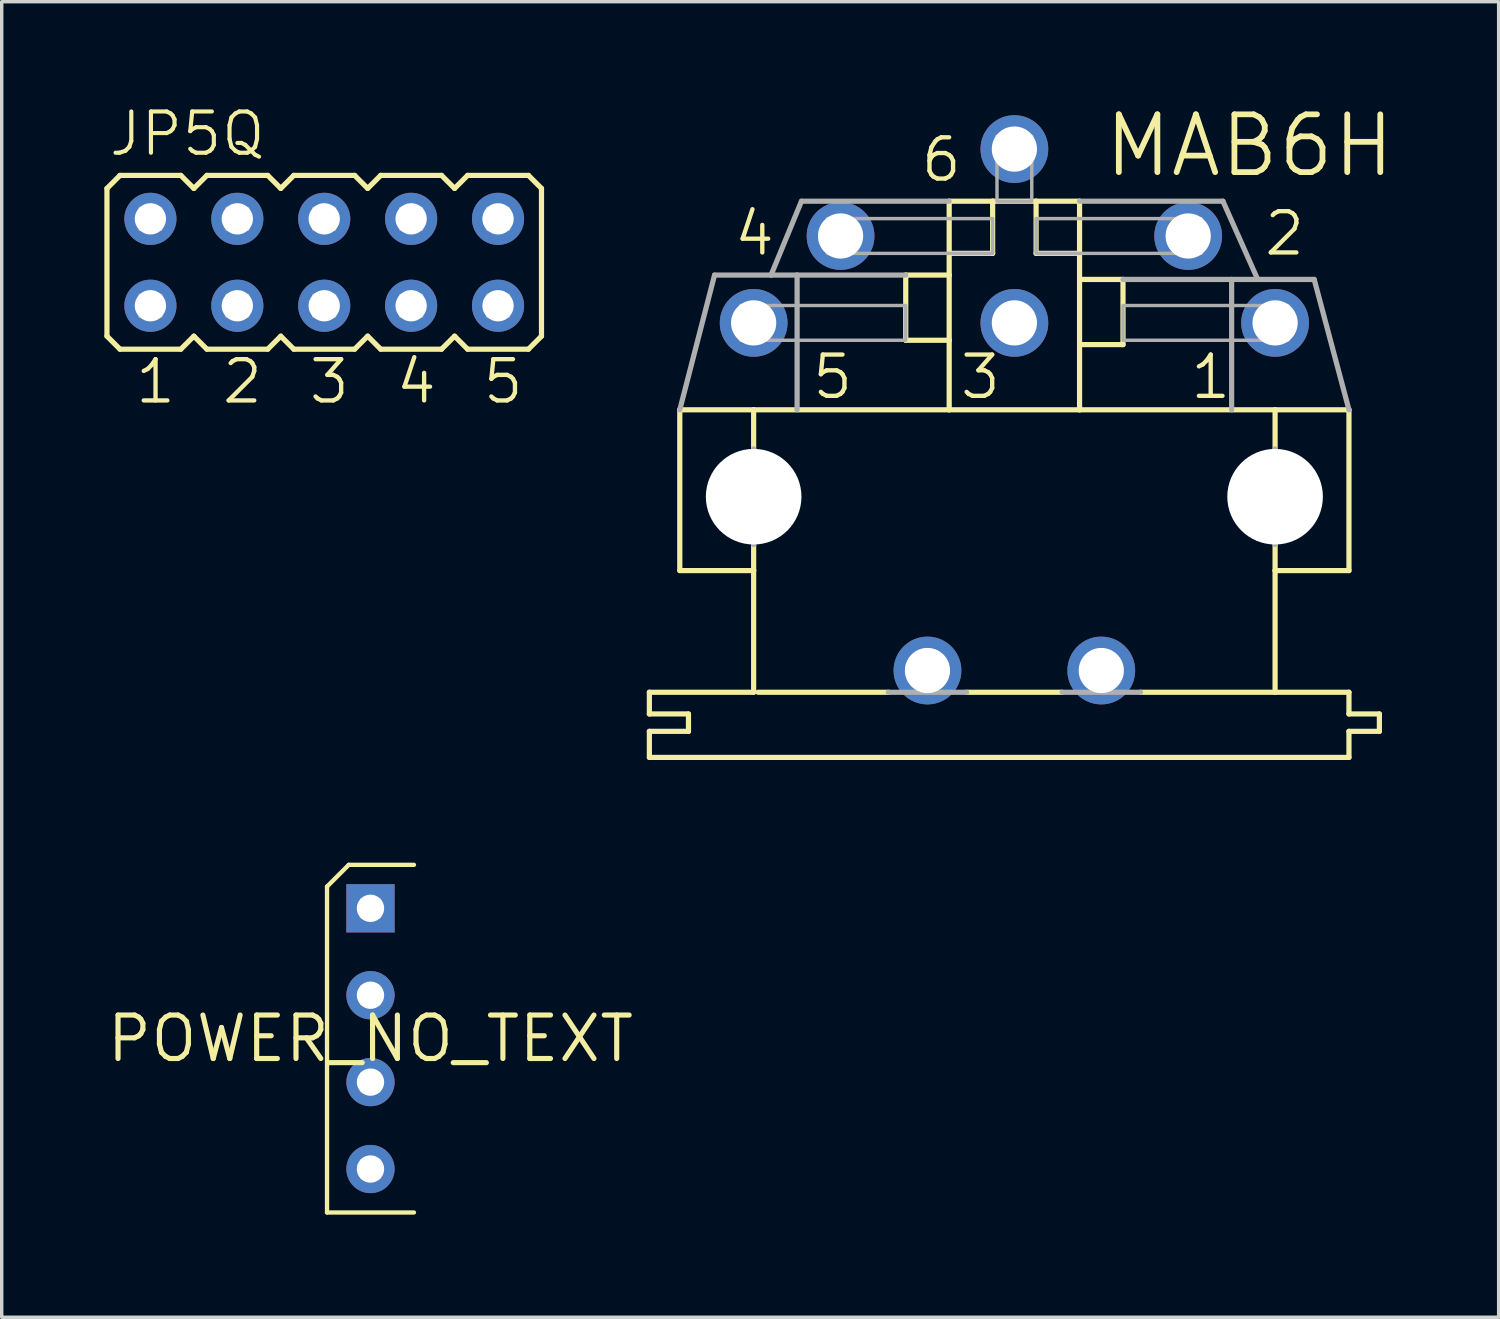
<source format=kicad_pcb>
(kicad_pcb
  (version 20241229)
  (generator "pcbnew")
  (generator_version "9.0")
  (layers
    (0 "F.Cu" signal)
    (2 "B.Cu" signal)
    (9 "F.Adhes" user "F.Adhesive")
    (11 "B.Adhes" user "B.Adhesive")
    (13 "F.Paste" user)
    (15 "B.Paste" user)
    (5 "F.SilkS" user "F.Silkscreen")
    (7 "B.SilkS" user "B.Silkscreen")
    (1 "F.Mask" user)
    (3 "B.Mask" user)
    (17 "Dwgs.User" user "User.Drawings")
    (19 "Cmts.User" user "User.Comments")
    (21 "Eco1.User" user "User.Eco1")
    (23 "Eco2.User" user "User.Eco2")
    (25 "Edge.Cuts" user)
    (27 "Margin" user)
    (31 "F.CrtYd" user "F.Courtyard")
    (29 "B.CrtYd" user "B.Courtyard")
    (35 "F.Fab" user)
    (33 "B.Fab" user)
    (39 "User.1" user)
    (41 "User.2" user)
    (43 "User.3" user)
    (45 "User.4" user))
  (footprint "MAB6H"
    (layer "F.Cu")
    (at 26.597 11.467)
    (property "Reference" "MAB6H" (at 2.54 -9.271 180) (layer "F.SilkS") (effects (font (size 1.689 1.689) (thickness 0.169)) (justify left bottom)))
    (attr through_hole)
    (fp_line (start -10.668 6.35) (end -10.668 5.715) (stroke (width 0.152) (type solid)) (layer "F.SilkS"))
    (fp_line (start -10.668 6.35) (end -9.525 6.35) (stroke (width 0.152) (type solid)) (layer "F.SilkS"))
    (fp_line (start -10.668 7.62) (end -10.668 6.858) (stroke (width 0.152) (type solid)) (layer "F.SilkS"))
    (fp_line (start -10.668 7.62) (end 9.779 7.62) (stroke (width 0.152) (type solid)) (layer "F.SilkS"))
    (fp_line (start -9.779 2.159) (end -9.779 -2.54) (stroke (width 0.152) (type solid)) (layer "F.SilkS"))
    (fp_line (start -9.779 2.159) (end -7.62 2.159) (stroke (width 0.152) (type solid)) (layer "F.SilkS"))
    (fp_line (start -9.525 6.858) (end -10.668 6.858) (stroke (width 0.152) (type solid)) (layer "F.SilkS"))
    (fp_line (start -9.525 6.858) (end -9.525 6.35) (stroke (width 0.152) (type solid)) (layer "F.SilkS"))
    (fp_line (start -7.62 -2.54) (end -9.779 -2.54) (stroke (width 0.152) (type solid)) (layer "F.SilkS"))
    (fp_line (start -7.62 -2.54) (end -7.62 -1.397) (stroke (width 0.152) (type solid)) (layer "F.SilkS"))
    (fp_line (start -7.62 2.159) (end -7.62 1.397) (stroke (width 0.152) (type solid)) (layer "F.SilkS"))
    (fp_line (start -7.62 5.715) (end -10.668 5.715) (stroke (width 0.152) (type solid)) (layer "F.SilkS"))
    (fp_line (start -7.62 5.715) (end -7.62 2.159) (stroke (width 0.152) (type solid)) (layer "F.SilkS"))
    (fp_line (start -7.493 5.715) (end -3.683 5.715) (stroke (width 0.152) (type solid)) (layer "F.SilkS"))
    (fp_line (start -3.175 -6.477) (end -3.175 -4.572) (stroke (width 0.152) (type solid)) (layer "F.SilkS"))
    (fp_line (start -1.905 -8.636) (end -1.905 -7.112) (stroke (width 0.152) (type solid)) (layer "F.SilkS"))
    (fp_line (start -1.905 -7.112) (end -1.905 -6.477) (stroke (width 0.152) (type solid)) (layer "F.SilkS"))
    (fp_line (start -1.905 -7.112) (end -0.635 -7.112) (stroke (width 0.152) (type solid)) (layer "F.SilkS"))
    (fp_line (start -1.905 -6.477) (end -3.175 -6.477) (stroke (width 0.152) (type solid)) (layer "F.SilkS"))
    (fp_line (start -1.905 -6.477) (end -1.905 -4.572) (stroke (width 0.152) (type solid)) (layer "F.SilkS"))
    (fp_line (start -1.905 -4.572) (end -3.175 -4.572) (stroke (width 0.152) (type solid)) (layer "F.SilkS"))
    (fp_line (start -1.905 -4.572) (end -1.905 -2.54) (stroke (width 0.152) (type solid)) (layer "F.SilkS"))
    (fp_line (start -1.905 -2.54) (end -7.62 -2.54) (stroke (width 0.152) (type solid)) (layer "F.SilkS"))
    (fp_line (start -1.397 5.715) (end 1.397 5.715) (stroke (width 0.152) (type solid)) (layer "F.SilkS"))
    (fp_line (start -0.635 -8.636) (end -1.905 -8.636) (stroke (width 0.152) (type solid)) (layer "F.SilkS"))
    (fp_line (start -0.635 -8.636) (end -0.635 -7.112) (stroke (width 0.152) (type solid)) (layer "F.SilkS"))
    (fp_line (start 0.635 -8.636) (end -0.635 -8.636) (stroke (width 0.152) (type solid)) (layer "F.SilkS"))
    (fp_line (start 0.635 -8.636) (end 0.635 -7.112) (stroke (width 0.152) (type solid)) (layer "F.SilkS"))
    (fp_line (start 1.905 -8.636) (end 0.635 -8.636) (stroke (width 0.152) (type solid)) (layer "F.SilkS"))
    (fp_line (start 1.905 -8.636) (end 1.905 -7.112) (stroke (width 0.152) (type solid)) (layer "F.SilkS"))
    (fp_line (start 1.905 -7.112) (end 0.635 -7.112) (stroke (width 0.152) (type solid)) (layer "F.SilkS"))
    (fp_line (start 1.905 -7.112) (end 1.905 -6.35) (stroke (width 0.152) (type solid)) (layer "F.SilkS"))
    (fp_line (start 1.905 -6.35) (end 1.905 -4.445) (stroke (width 0.152) (type solid)) (layer "F.SilkS"))
    (fp_line (start 1.905 -4.445) (end 1.905 -2.54) (stroke (width 0.152) (type solid)) (layer "F.SilkS"))
    (fp_line (start 1.905 -4.445) (end 3.175 -4.445) (stroke (width 0.152) (type solid)) (layer "F.SilkS"))
    (fp_line (start 1.905 -2.54) (end -1.905 -2.54) (stroke (width 0.152) (type solid)) (layer "F.SilkS"))
    (fp_line (start 3.175 -6.35) (end 1.905 -6.35) (stroke (width 0.152) (type solid)) (layer "F.SilkS"))
    (fp_line (start 3.175 -6.35) (end 3.175 -4.445) (stroke (width 0.152) (type solid)) (layer "F.SilkS"))
    (fp_line (start 3.683 5.715) (end 7.62 5.715) (stroke (width 0.152) (type solid)) (layer "F.SilkS"))
    (fp_line (start 7.62 -2.54) (end 1.905 -2.54) (stroke (width 0.152) (type solid)) (layer "F.SilkS"))
    (fp_line (start 7.62 -2.54) (end 7.62 -1.397) (stroke (width 0.152) (type solid)) (layer "F.SilkS"))
    (fp_line (start 7.62 2.159) (end 7.62 1.397) (stroke (width 0.152) (type solid)) (layer "F.SilkS"))
    (fp_line (start 7.62 5.715) (end 7.62 2.159) (stroke (width 0.152) (type solid)) (layer "F.SilkS"))
    (fp_line (start 9.779 -2.54) (end 7.62 -2.54) (stroke (width 0.152) (type solid)) (layer "F.SilkS"))
    (fp_line (start 9.779 2.159) (end 7.62 2.159) (stroke (width 0.152) (type solid)) (layer "F.SilkS"))
    (fp_line (start 9.779 2.159) (end 9.779 -2.54) (stroke (width 0.152) (type solid)) (layer "F.SilkS"))
    (fp_line (start 9.779 5.715) (end 7.62 5.715) (stroke (width 0.152) (type solid)) (layer "F.SilkS"))
    (fp_line (start 9.779 5.715) (end 9.779 6.35) (stroke (width 0.152) (type solid)) (layer "F.SilkS"))
    (fp_line (start 9.779 7.62) (end 9.779 6.858) (stroke (width 0.152) (type solid)) (layer "F.SilkS"))
    (fp_line (start 10.668 6.35) (end 9.779 6.35) (stroke (width 0.152) (type solid)) (layer "F.SilkS"))
    (fp_line (start 10.668 6.858) (end 9.779 6.858) (stroke (width 0.152) (type solid)) (layer "F.SilkS"))
    (fp_line (start 10.668 6.858) (end 10.668 6.35) (stroke (width 0.152) (type solid)) (layer "F.SilkS"))
    (fp_line (start -8.763 -6.477) (end -9.779 -2.54) (stroke (width 0.152) (type solid)) (layer "F.Fab"))
    (fp_line (start -8.763 -6.477) (end -7.112 -6.477) (stroke (width 0.152) (type solid)) (layer "F.Fab"))
    (fp_line (start -7.62 -1.397) (end -7.62 1.397) (stroke (width 0.152) (type solid)) (layer "F.Fab"))
    (fp_line (start -7.112 -6.477) (end -6.223 -8.636) (stroke (width 0.152) (type solid)) (layer "F.Fab"))
    (fp_line (start -6.35 -6.477) (end -7.112 -6.477) (stroke (width 0.152) (type solid)) (layer "F.Fab"))
    (fp_line (start -6.35 -6.477) (end -6.35 -2.54) (stroke (width 0.152) (type solid)) (layer "F.Fab"))
    (fp_line (start -3.175 -6.477) (end -6.35 -6.477) (stroke (width 0.152) (type solid)) (layer "F.Fab"))
    (fp_line (start -1.905 -8.636) (end -6.223 -8.636) (stroke (width 0.152) (type solid)) (layer "F.Fab"))
    (fp_line (start -1.397 5.715) (end -3.683 5.715) (stroke (width 0.152) (type solid)) (layer "F.Fab"))
    (fp_line (start 3.683 5.715) (end 1.397 5.715) (stroke (width 0.152) (type solid)) (layer "F.Fab"))
    (fp_line (start 6.096 -8.636) (end 1.905 -8.636) (stroke (width 0.152) (type solid)) (layer "F.Fab"))
    (fp_line (start 6.096 -8.636) (end 7.112 -6.35) (stroke (width 0.152) (type solid)) (layer "F.Fab"))
    (fp_line (start 6.35 -6.35) (end 3.175 -6.35) (stroke (width 0.152) (type solid)) (layer "F.Fab"))
    (fp_line (start 6.35 -6.35) (end 6.35 -2.54) (stroke (width 0.152) (type solid)) (layer "F.Fab"))
    (fp_line (start 7.112 -6.35) (end 6.35 -6.35) (stroke (width 0.152) (type solid)) (layer "F.Fab"))
    (fp_line (start 7.62 -1.397) (end 7.62 1.397) (stroke (width 0.152) (type solid)) (layer "F.Fab"))
    (fp_line (start 8.763 -6.35) (end 7.112 -6.35) (stroke (width 0.152) (type solid)) (layer "F.Fab"))
    (fp_line (start 8.763 -6.35) (end 9.779 -2.54) (stroke (width 0.152) (type solid)) (layer "F.Fab"))
    (fp_poly (pts (xy -8.001 -4.572) (xy -3.175 -4.572) (xy -3.175 -5.588) (xy -8.001 -5.588)) (stroke (width 0.1) (type solid)) (fill no) (layer "F.Fab"))
    (fp_poly (pts (xy -5.461 -7.112) (xy -0.635 -7.112) (xy -0.635 -8.128) (xy -5.461 -8.128)) (stroke (width 0.1) (type solid)) (fill no) (layer "F.Fab"))
    (fp_poly (pts (xy -0.508 -8.636) (xy 0.508 -8.636) (xy 0.508 -10.541) (xy -0.508 -10.541)) (stroke (width 0.1) (type solid)) (fill no) (layer "F.Fab"))
    (fp_poly (pts (xy 0.635 -7.112) (xy 5.461 -7.112) (xy 5.461 -8.128) (xy 0.635 -8.128)) (stroke (width 0.1) (type solid)) (fill no) (layer "F.Fab"))
    (fp_poly (pts (xy 3.175 -4.572) (xy 8.001 -4.572) (xy 8.001 -5.588) (xy 3.175 -5.588)) (stroke (width 0.1) (type solid)) (fill no) (layer "F.Fab"))
    (fp_text user "6" (at -2.794 -9.144 0) (layer "F.SilkS") (effects (font (size 1.206 1.206) (thickness 0.127)) (justify left bottom)))
    (fp_text user "4" (at -8.255 -6.985 0) (layer "F.SilkS") (effects (font (size 1.206 1.206) (thickness 0.127)) (justify left bottom)))
    (fp_text user "1" (at 5.08 -2.794 0) (layer "F.SilkS") (effects (font (size 1.206 1.206) (thickness 0.127)) (justify left bottom)))
    (fp_text user "5" (at -5.969 -2.794 0) (layer "F.SilkS") (effects (font (size 1.206 1.206) (thickness 0.127)) (justify left bottom)))
    (fp_text user "2" (at 7.239 -6.985 0) (layer "F.SilkS") (effects (font (size 1.206 1.206) (thickness 0.127)) (justify left bottom)))
    (fp_text user "3" (at -1.651 -2.794 0) (layer "F.SilkS") (effects (font (size 1.206 1.206) (thickness 0.127)) (justify left bottom)))
    (pad "" np_thru_hole circle (at -7.62 0) (size 2.794 2.794) (drill 2.794) (layers "*.Cu" "*.Mask"))
    (pad "" np_thru_hole circle (at 7.62 0) (size 2.794 2.794) (drill 2.794) (layers "*.Cu" "*.Mask"))
    (pad "1" thru_hole circle (at 7.62 -5.08) (size 1.981 1.981) (drill 1.321) (layers "*.Cu" "*.Mask"))
    (pad "2" thru_hole circle (at 5.08 -7.62) (size 1.981 1.981) (drill 1.321) (layers "*.Cu" "*.Mask"))
    (pad "3" thru_hole circle (at 0 -5.08) (size 1.981 1.981) (drill 1.321) (layers "*.Cu" "*.Mask"))
    (pad "4" thru_hole circle (at -5.08 -7.62) (size 1.981 1.981) (drill 1.321) (layers "*.Cu" "*.Mask"))
    (pad "5" thru_hole circle (at -7.62 -5.08) (size 1.981 1.981) (drill 1.321) (layers "*.Cu" "*.Mask"))
    (pad "6" thru_hole circle (at 0 -10.16) (size 1.981 1.981) (drill 1.321) (layers "*.Cu" "*.Mask"))
    (pad "PE" thru_hole circle (at -2.54 5.08) (size 1.981 1.981) (drill 1.321) (layers "*.Cu" "*.Mask"))
    (pad "PE@" thru_hole circle (at 2.54 5.08) (size 1.981 1.981) (drill 1.321) (layers "*.Cu" "*.Mask")))
  (footprint "POWER_NO_TEXT"
    (layer "F.Cu")
    (at 7.778 27.307)
    (property "Reference" "POWER_NO_TEXT" (at 0 0 0) (layer "F.SilkS") (effects (font (size 1.27 1.27) (thickness 0.15))))
    (attr through_hole)
    (fp_line (start -1.27 -4.445) (end -0.635 -5.08) (stroke (width 0.127) (type solid)) (layer "F.SilkS"))
    (fp_line (start -1.27 5.08) (end -1.27 -4.445) (stroke (width 0.127) (type solid)) (layer "F.SilkS"))
    (fp_line (start -1.27 5.08) (end 1.27 5.08) (stroke (width 0.127) (type solid)) (layer "F.SilkS"))
    (fp_line (start -0.635 -5.08) (end 1.27 -5.08) (stroke (width 0.127) (type solid)) (layer "F.SilkS"))
    (fp_poly (pts (xy -0.254 -3.556) (xy 0.254 -3.556) (xy 0.254 -4.064) (xy -0.254 -4.064)) (stroke (width 0.1) (type solid)) (fill no) (layer "F.Fab"))
    (fp_poly (pts (xy -0.254 -1.016) (xy 0.254 -1.016) (xy 0.254 -1.524) (xy -0.254 -1.524)) (stroke (width 0.1) (type solid)) (fill no) (layer "F.Fab"))
    (fp_poly (pts (xy -0.254 1.524) (xy 0.254 1.524) (xy 0.254 1.016) (xy -0.254 1.016)) (stroke (width 0.1) (type solid)) (fill no) (layer "F.Fab"))
    (fp_poly (pts (xy -0.254 4.064) (xy 0.254 4.064) (xy 0.254 3.556) (xy -0.254 3.556)) (stroke (width 0.1) (type solid)) (fill no) (layer "F.Fab"))
    (pad "P1" thru_hole rect (at 0 -3.81 270) (size 1.41 1.41) (drill 0.8) (layers "*.Cu" "*.Mask"))
    (pad "P2" thru_hole circle (at 0 -1.27 270) (size 1.41 1.41) (drill 0.8) (layers "*.Cu" "*.Mask"))
    (pad "P3" thru_hole circle (at 0 1.27 270) (size 1.41 1.41) (drill 0.8) (layers "*.Cu" "*.Mask"))
    (pad "P4" thru_hole circle (at 0 3.81 270) (size 1.41 1.41) (drill 0.8) (layers "*.Cu" "*.Mask")))
  (footprint "JP5Q"
    (layer "F.Cu")
    (at 6.426 4.616)
    (property "Reference" "JP5Q" (at -6.35 -3.048 180) (layer "F.SilkS") (effects (font (size 1.206 1.206) (thickness 0.121)) (justify left bottom)))
    (attr through_hole)
    (fp_line (start -6.35 -2.159) (end -5.969 -2.54) (stroke (width 0.152) (type solid)) (layer "F.SilkS"))
    (fp_line (start -6.35 2.159) (end -6.35 -2.159) (stroke (width 0.152) (type solid)) (layer "F.SilkS"))
    (fp_line (start -6.35 2.159) (end -5.969 2.54) (stroke (width 0.152) (type solid)) (layer "F.SilkS"))
    (fp_line (start -5.969 -2.54) (end -4.191 -2.54) (stroke (width 0.152) (type solid)) (layer "F.SilkS"))
    (fp_line (start -5.969 2.54) (end -4.191 2.54) (stroke (width 0.152) (type solid)) (layer "F.SilkS"))
    (fp_line (start -4.191 -2.54) (end -3.81 -2.159) (stroke (width 0.152) (type solid)) (layer "F.SilkS"))
    (fp_line (start -3.81 -2.159) (end -3.429 -2.54) (stroke (width 0.152) (type solid)) (layer "F.SilkS"))
    (fp_line (start -3.81 2.159) (end -4.191 2.54) (stroke (width 0.152) (type solid)) (layer "F.SilkS"))
    (fp_line (start -3.81 2.159) (end -3.429 2.54) (stroke (width 0.152) (type solid)) (layer "F.SilkS"))
    (fp_line (start -3.429 -2.54) (end -1.651 -2.54) (stroke (width 0.152) (type solid)) (layer "F.SilkS"))
    (fp_line (start -1.651 2.54) (end -3.429 2.54) (stroke (width 0.152) (type solid)) (layer "F.SilkS"))
    (fp_line (start -1.27 -2.159) (end -1.651 -2.54) (stroke (width 0.152) (type solid)) (layer "F.SilkS"))
    (fp_line (start -1.27 -2.159) (end -0.889 -2.54) (stroke (width 0.152) (type solid)) (layer "F.SilkS"))
    (fp_line (start -1.27 2.159) (end -1.651 2.54) (stroke (width 0.152) (type solid)) (layer "F.SilkS"))
    (fp_line (start -1.27 2.159) (end -0.889 2.54) (stroke (width 0.152) (type solid)) (layer "F.SilkS"))
    (fp_line (start -0.889 -2.54) (end 0.889 -2.54) (stroke (width 0.152) (type solid)) (layer "F.SilkS"))
    (fp_line (start 0.889 2.54) (end -0.889 2.54) (stroke (width 0.152) (type solid)) (layer "F.SilkS"))
    (fp_line (start 0.889 2.54) (end 1.27 2.159) (stroke (width 0.152) (type solid)) (layer "F.SilkS"))
    (fp_line (start 1.27 -2.159) (end 0.889 -2.54) (stroke (width 0.152) (type solid)) (layer "F.SilkS"))
    (fp_line (start 1.27 -2.159) (end 1.651 -2.54) (stroke (width 0.152) (type solid)) (layer "F.SilkS"))
    (fp_line (start 1.27 2.159) (end 1.651 2.54) (stroke (width 0.152) (type solid)) (layer "F.SilkS"))
    (fp_line (start 1.651 -2.54) (end 3.429 -2.54) (stroke (width 0.152) (type solid)) (layer "F.SilkS"))
    (fp_line (start 3.429 2.54) (end 1.651 2.54) (stroke (width 0.152) (type solid)) (layer "F.SilkS"))
    (fp_line (start 3.429 2.54) (end 3.81 2.159) (stroke (width 0.152) (type solid)) (layer "F.SilkS"))
    (fp_line (start 3.81 -2.159) (end 3.429 -2.54) (stroke (width 0.152) (type solid)) (layer "F.SilkS"))
    (fp_line (start 3.81 -2.159) (end 4.191 -2.54) (stroke (width 0.152) (type solid)) (layer "F.SilkS"))
    (fp_line (start 3.81 2.159) (end 4.191 2.54) (stroke (width 0.152) (type solid)) (layer "F.SilkS"))
    (fp_line (start 4.191 -2.54) (end 5.969 -2.54) (stroke (width 0.152) (type solid)) (layer "F.SilkS"))
    (fp_line (start 5.969 2.54) (end 4.191 2.54) (stroke (width 0.152) (type solid)) (layer "F.SilkS"))
    (fp_line (start 5.969 2.54) (end 6.35 2.159) (stroke (width 0.152) (type solid)) (layer "F.SilkS"))
    (fp_line (start 6.35 -2.159) (end 5.969 -2.54) (stroke (width 0.152) (type solid)) (layer "F.SilkS"))
    (fp_line (start 6.35 -2.159) (end 6.35 2.159) (stroke (width 0.152) (type solid)) (layer "F.SilkS"))
    (fp_poly (pts (xy -5.385 -0.965) (xy -4.775 -0.965) (xy -4.775 -1.575) (xy -5.385 -1.575)) (stroke (width 0.1) (type solid)) (fill no) (layer "F.Fab"))
    (fp_poly (pts (xy -5.385 1.575) (xy -4.775 1.575) (xy -4.775 0.965) (xy -5.385 0.965)) (stroke (width 0.1) (type solid)) (fill no) (layer "F.Fab"))
    (fp_poly (pts (xy -2.845 -0.965) (xy -2.235 -0.965) (xy -2.235 -1.575) (xy -2.845 -1.575)) (stroke (width 0.1) (type solid)) (fill no) (layer "F.Fab"))
    (fp_poly (pts (xy -2.845 1.575) (xy -2.235 1.575) (xy -2.235 0.965) (xy -2.845 0.965)) (stroke (width 0.1) (type solid)) (fill no) (layer "F.Fab"))
    (fp_poly (pts (xy -0.305 -0.965) (xy 0.305 -0.965) (xy 0.305 -1.575) (xy -0.305 -1.575)) (stroke (width 0.1) (type solid)) (fill no) (layer "F.Fab"))
    (fp_poly (pts (xy -0.305 1.575) (xy 0.305 1.575) (xy 0.305 0.965) (xy -0.305 0.965)) (stroke (width 0.1) (type solid)) (fill no) (layer "F.Fab"))
    (fp_poly (pts (xy 2.235 -0.965) (xy 2.845 -0.965) (xy 2.845 -1.575) (xy 2.235 -1.575)) (stroke (width 0.1) (type solid)) (fill no) (layer "F.Fab"))
    (fp_poly (pts (xy 2.235 1.575) (xy 2.845 1.575) (xy 2.845 0.965) (xy 2.235 0.965)) (stroke (width 0.1) (type solid)) (fill no) (layer "F.Fab"))
    (fp_poly (pts (xy 4.775 -0.965) (xy 5.385 -0.965) (xy 5.385 -1.575) (xy 4.775 -1.575)) (stroke (width 0.1) (type solid)) (fill no) (layer "F.Fab"))
    (fp_poly (pts (xy 4.775 1.575) (xy 5.385 1.575) (xy 5.385 0.965) (xy 4.775 0.965)) (stroke (width 0.1) (type solid)) (fill no) (layer "F.Fab"))
    (fp_text user "1" (at -5.588 4.191 0) (layer "F.SilkS") (effects (font (size 1.206 1.206) (thickness 0.127)) (justify left bottom)))
    (fp_text user "3" (at -0.508 4.191 0) (layer "F.SilkS") (effects (font (size 1.206 1.206) (thickness 0.127)) (justify left bottom)))
    (fp_text user "2" (at -3.048 4.191 0) (layer "F.SilkS") (effects (font (size 1.206 1.206) (thickness 0.127)) (justify left bottom)))
    (fp_text user "4" (at 2.032 4.191 0) (layer "F.SilkS") (effects (font (size 1.206 1.206) (thickness 0.127)) (justify left bottom)))
    (fp_text user "5" (at 4.572 4.191 0) (layer "F.SilkS") (effects (font (size 1.206 1.206) (thickness 0.127)) (justify left bottom)))
    (pad "1" thru_hole circle (at -5.08 1.27) (size 1.524 1.524) (drill 0.914) (layers "*.Cu" "*.Mask"))
    (pad "2" thru_hole circle (at -5.08 -1.27) (size 1.524 1.524) (drill 0.914) (layers "*.Cu" "*.Mask"))
    (pad "3" thru_hole circle (at -2.54 1.27) (size 1.524 1.524) (drill 0.914) (layers "*.Cu" "*.Mask"))
    (pad "4" thru_hole circle (at -2.54 -1.27) (size 1.524 1.524) (drill 0.914) (layers "*.Cu" "*.Mask"))
    (pad "5" thru_hole circle (at 0 1.27) (size 1.524 1.524) (drill 0.914) (layers "*.Cu" "*.Mask"))
    (pad "6" thru_hole circle (at 0 -1.27) (size 1.524 1.524) (drill 0.914) (layers "*.Cu" "*.Mask"))
    (pad "7" thru_hole circle (at 2.54 1.27) (size 1.524 1.524) (drill 0.914) (layers "*.Cu" "*.Mask"))
    (pad "8" thru_hole circle (at 2.54 -1.27) (size 1.524 1.524) (drill 0.914) (layers "*.Cu" "*.Mask"))
    (pad "9" thru_hole circle (at 5.08 1.27) (size 1.524 1.524) (drill 0.914) (layers "*.Cu" "*.Mask"))
    (pad "10" thru_hole circle (at 5.08 -1.27) (size 1.524 1.524) (drill 0.914) (layers "*.Cu" "*.Mask")))
  (gr_rect
    (start -3 -3)
    (end 40.751 35.45)
    (stroke (width 0.1) (type default))
    (fill no)
    (layer "Edge.Cuts")))
</source>
